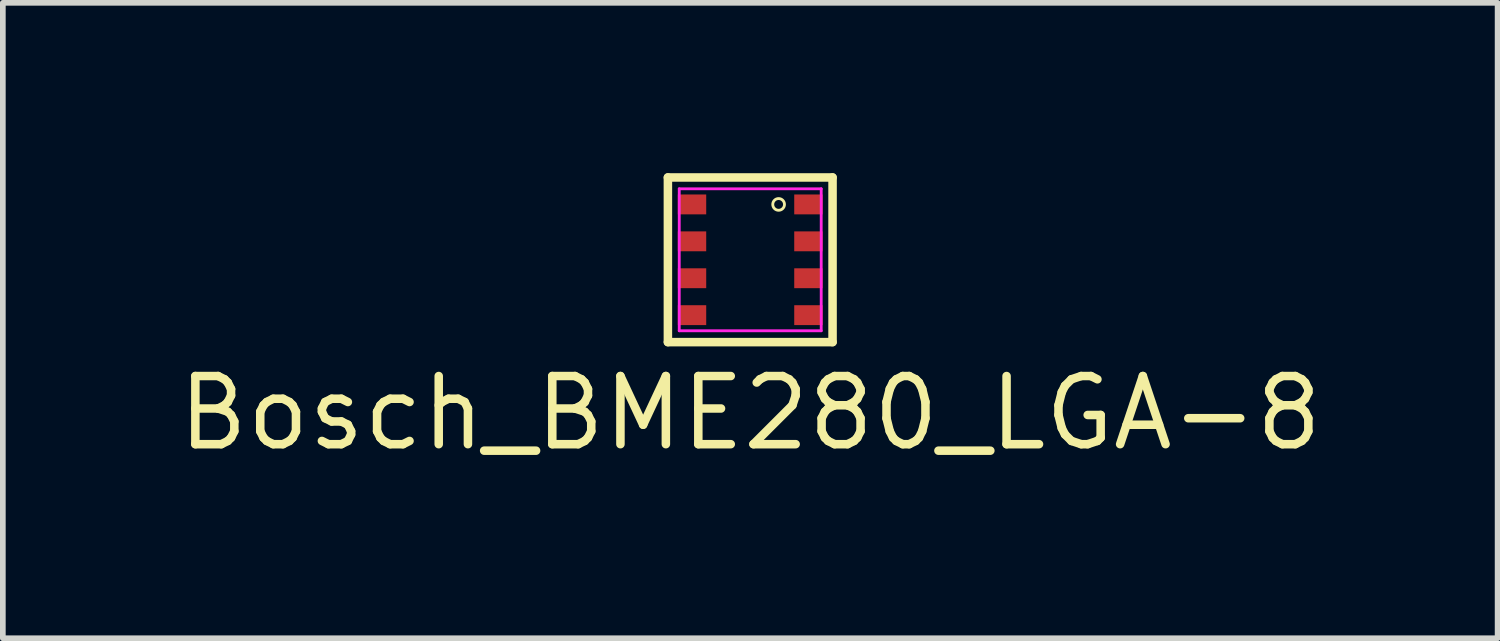
<source format=kicad_pcb>
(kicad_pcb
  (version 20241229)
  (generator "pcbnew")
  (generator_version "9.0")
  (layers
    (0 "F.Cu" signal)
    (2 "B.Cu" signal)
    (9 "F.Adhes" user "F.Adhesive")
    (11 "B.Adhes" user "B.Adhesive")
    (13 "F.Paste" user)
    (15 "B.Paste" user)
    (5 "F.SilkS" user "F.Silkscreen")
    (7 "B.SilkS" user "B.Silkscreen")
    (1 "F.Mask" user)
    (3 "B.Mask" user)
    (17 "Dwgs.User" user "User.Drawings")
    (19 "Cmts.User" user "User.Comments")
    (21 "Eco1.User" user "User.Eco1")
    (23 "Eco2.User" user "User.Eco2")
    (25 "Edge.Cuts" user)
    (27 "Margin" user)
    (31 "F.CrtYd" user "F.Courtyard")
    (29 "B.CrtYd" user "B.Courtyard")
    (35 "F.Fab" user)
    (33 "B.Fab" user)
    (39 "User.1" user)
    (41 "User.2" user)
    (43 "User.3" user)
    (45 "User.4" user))
  (footprint "Bosch_BME280_LGA-8"
    (layer "F.Cu")
    (at 10.162 1.525)
    (property "Reference" "Bosch_BME280_LGA-8" (at 0 2.7 180) (layer "F.SilkS") (effects (font (size 1.2 1.2) (thickness 0.15))))
    (attr through_hole)
    (fp_line (start -1.45 -1.45) (end -1.45 1.45) (stroke (width 0.15) (type solid)) (layer "F.SilkS"))
    (fp_line (start -1.45 1.45) (end 1.45 1.45) (stroke (width 0.15) (type solid)) (layer "F.SilkS"))
    (fp_line (start 1.45 -1.45) (end -1.45 -1.45) (stroke (width 0.15) (type solid)) (layer "F.SilkS"))
    (fp_line (start 1.45 1.45) (end 1.45 -1.45) (stroke (width 0.15) (type solid)) (layer "F.SilkS"))
    (fp_circle (center 0.5 -0.975) (end 0.4 -1) (stroke (width 0.05) (type solid)) (fill no) (layer "F.SilkS"))
    (fp_line (start -1.25 -1.25) (end -1.25 1.25) (stroke (width 0.05) (type solid)) (layer "F.CrtYd"))
    (fp_line (start -1.25 1.25) (end 1.25 1.25) (stroke (width 0.05) (type solid)) (layer "F.CrtYd"))
    (fp_line (start 1.25 -1.25) (end -1.25 -1.25) (stroke (width 0.05) (type solid)) (layer "F.CrtYd"))
    (fp_line (start 1.25 1.25) (end 1.25 -1.25) (stroke (width 0.05) (type solid)) (layer "F.CrtYd"))
    (pad "1" smd rect (at 1.025 -0.975 90) (size 0.35 0.5) (layers "F.Cu" "F.Mask" "F.Paste"))
    (pad "2" smd rect (at 1.025 -0.325 90) (size 0.35 0.5) (layers "F.Cu" "F.Mask" "F.Paste"))
    (pad "3" smd rect (at 1.025 0.325 90) (size 0.35 0.5) (layers "F.Cu" "F.Mask" "F.Paste"))
    (pad "4" smd rect (at 1.025 0.975 90) (size 0.35 0.5) (layers "F.Cu" "F.Mask" "F.Paste"))
    (pad "5" smd rect (at -1.025 0.975 90) (size 0.35 0.5) (layers "F.Cu" "F.Mask" "F.Paste"))
    (pad "6" smd rect (at -1.025 0.325 90) (size 0.35 0.5) (layers "F.Cu" "F.Mask" "F.Paste"))
    (pad "7" smd rect (at -1.025 -0.325 90) (size 0.35 0.5) (layers "F.Cu" "F.Mask" "F.Paste"))
    (pad "8" smd rect (at -1.025 -0.975 90) (size 0.35 0.5) (layers "F.Cu" "F.Mask" "F.Paste")))
  (gr_rect
    (start -3 -3)
    (end 23.324 8.19)
    (stroke (width 0.1) (type default))
    (fill no)
    (layer "Edge.Cuts")))
</source>
